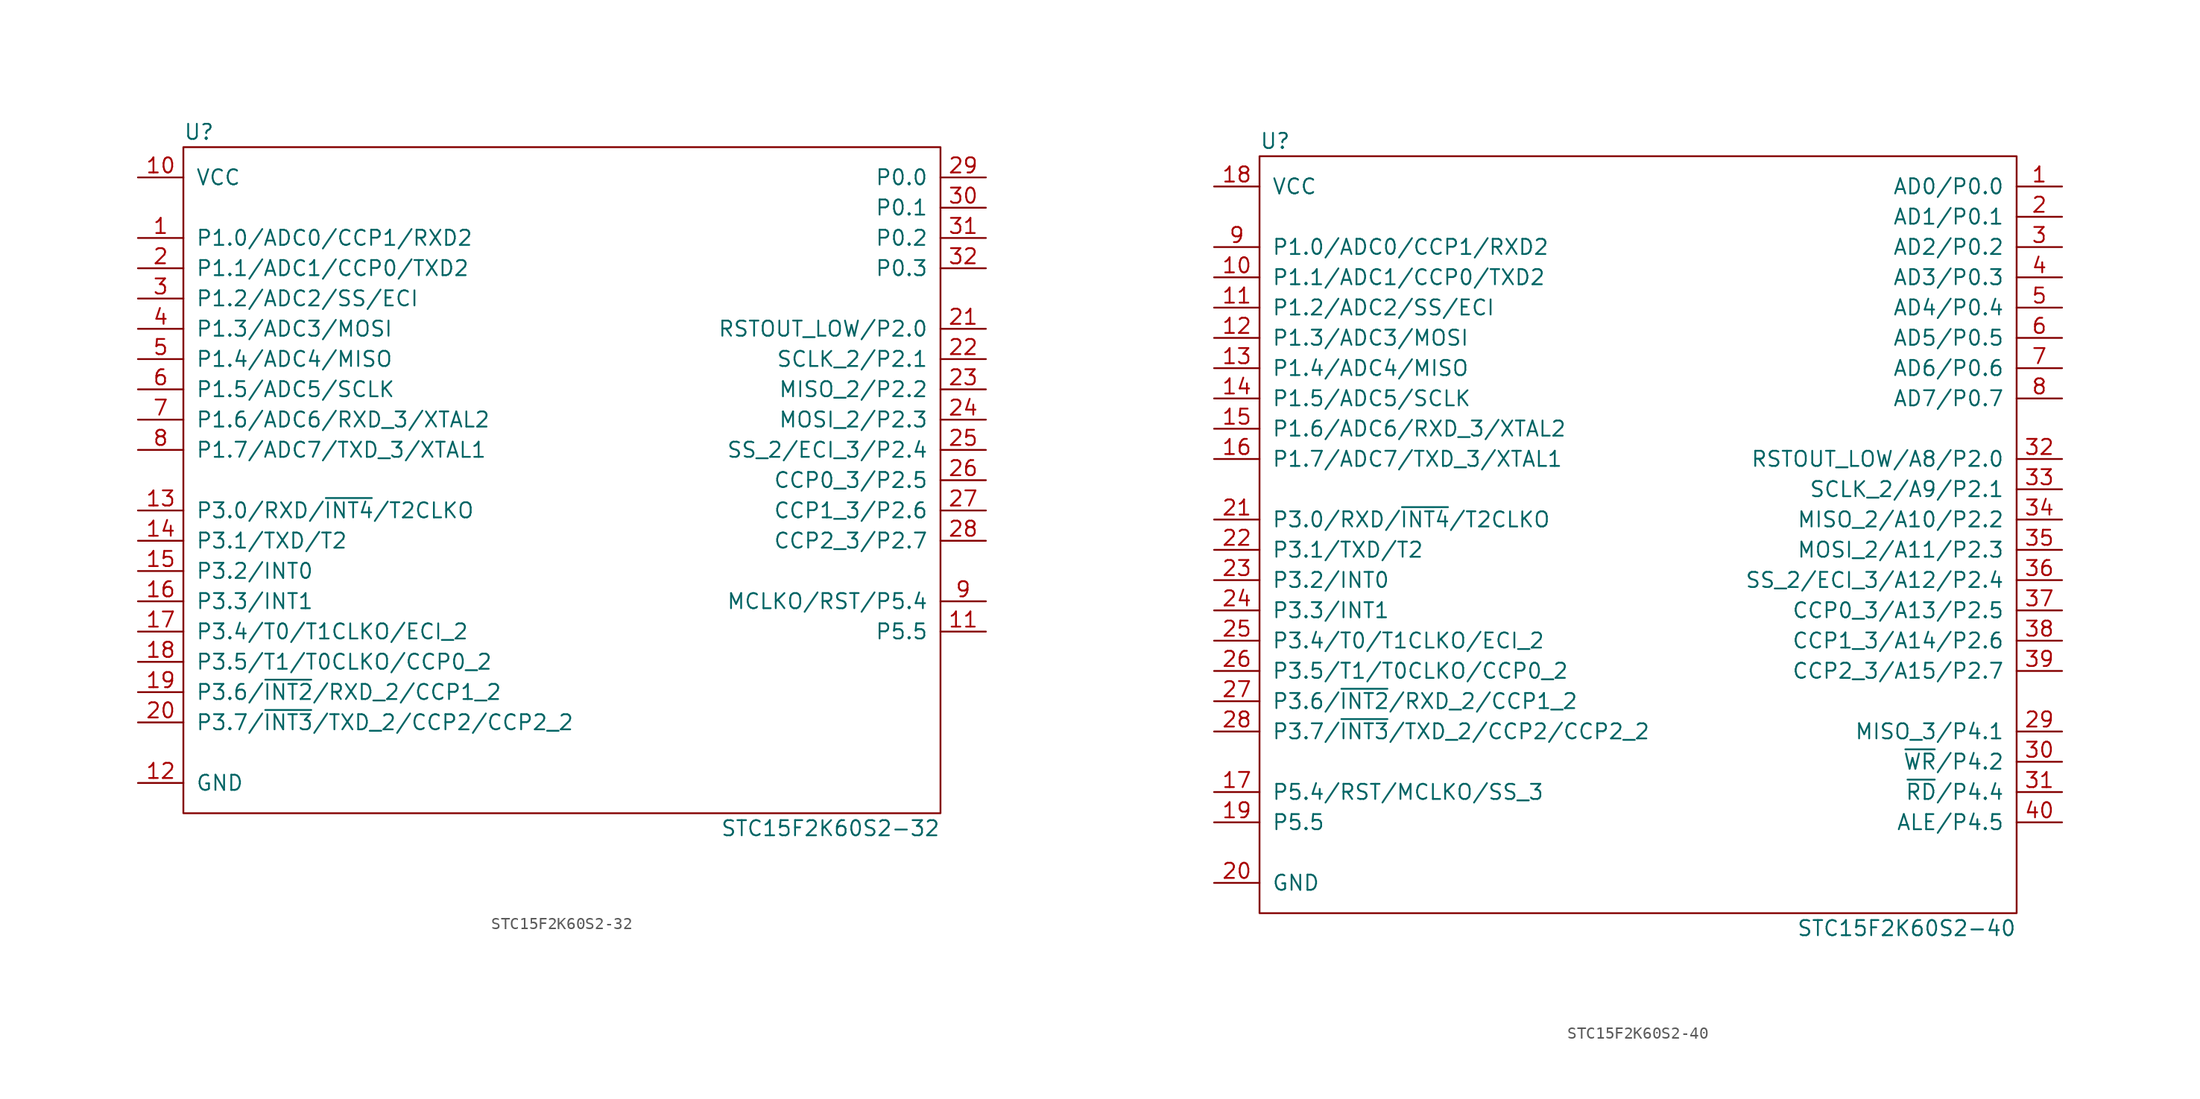
<source format=kicad_sym>
(kicad_symbol_lib
  (version 20211014)
  (generator kicad_symbol_editor)
  (symbol "STC15F2K60S2-32"
    (pin_names
      (offset 1.016))
    (property "Reference" "U"
      (at -31.75 29.21 0)
      (effects (font (size 1.27 1.27)) (justify left)))
    (property "Value" "STC15F2K60S2-32"
      (at 31.75 -29.21 0)
      (effects (font (size 1.27 1.27)) (justify right)))
    (symbol "STC15F2K60S2-32_0_1"
      (rectangle (start -31.75 27.94) (end 31.75 -27.94) (stroke (width 0.152) (type default) (color 0 0 0 0)) (fill (type none))))
    (symbol "STC15F2K60S2-32_1_1"
      (pin tri_state line (at -35.56 20.32 0) (length 3.81) (name "P1.0/ADC0/CCP1/RXD2" (effects (font (size 1.27 1.27)))) (number "1" (effects (font (size 1.27 1.27)))))
      (pin power_in line (at -35.56 25.4 0) (length 3.81) (name "VCC" (effects (font (size 1.27 1.27)))) (number "10" (effects (font (size 1.27 1.27)))))
      (pin tri_state line (at 35.56 -12.7 180) (length 3.81) (name "P5.5" (effects (font (size 1.27 1.27)))) (number "11" (effects (font (size 1.27 1.27)))))
      (pin power_in line (at -35.56 -25.4 0) (length 3.81) (name "GND" (effects (font (size 1.27 1.27)))) (number "12" (effects (font (size 1.27 1.27)))))
      (pin tri_state line (at -35.56 -2.54 0) (length 3.81) (name "P3.0/RXD/~{INT4}/T2CLKO" (effects (font (size 1.27 1.27)))) (number "13" (effects (font (size 1.27 1.27)))))
      (pin tri_state line (at -35.56 -5.08 0) (length 3.81) (name "P3.1/TXD/T2" (effects (font (size 1.27 1.27)))) (number "14" (effects (font (size 1.27 1.27)))))
      (pin tri_state line (at -35.56 -7.62 0) (length 3.81) (name "P3.2/INT0" (effects (font (size 1.27 1.27)))) (number "15" (effects (font (size 1.27 1.27)))))
      (pin tri_state line (at -35.56 -10.16 0) (length 3.81) (name "P3.3/INT1" (effects (font (size 1.27 1.27)))) (number "16" (effects (font (size 1.27 1.27)))))
      (pin tri_state line (at -35.56 -12.7 0) (length 3.81) (name "P3.4/T0/T1CLKO/ECI_2" (effects (font (size 1.27 1.27)))) (number "17" (effects (font (size 1.27 1.27)))))
      (pin tri_state line (at -35.56 -15.24 0) (length 3.81) (name "P3.5/T1/T0CLKO/CCP0_2" (effects (font (size 1.27 1.27)))) (number "18" (effects (font (size 1.27 1.27)))))
      (pin tri_state line (at -35.56 -17.78 0) (length 3.81) (name "P3.6/~{INT2}/RXD_2/CCP1_2" (effects (font (size 1.27 1.27)))) (number "19" (effects (font (size 1.27 1.27)))))
      (pin tri_state line (at -35.56 17.78 0) (length 3.81) (name "P1.1/ADC1/CCP0/TXD2" (effects (font (size 1.27 1.27)))) (number "2" (effects (font (size 1.27 1.27)))))
      (pin tri_state line (at -35.56 -20.32 0) (length 3.81) (name "P3.7/~{INT3}/TXD_2/CCP2/CCP2_2" (effects (font (size 1.27 1.27)))) (number "20" (effects (font (size 1.27 1.27)))))
      (pin tri_state line (at 35.56 12.7 180) (length 3.81) (name "RSTOUT_LOW/P2.0" (effects (font (size 1.27 1.27)))) (number "21" (effects (font (size 1.27 1.27)))))
      (pin tri_state line (at 35.56 10.16 180) (length 3.81) (name "SCLK_2/P2.1" (effects (font (size 1.27 1.27)))) (number "22" (effects (font (size 1.27 1.27)))))
      (pin tri_state line (at 35.56 7.62 180) (length 3.81) (name "MISO_2/P2.2" (effects (font (size 1.27 1.27)))) (number "23" (effects (font (size 1.27 1.27)))))
      (pin tri_state line (at 35.56 5.08 180) (length 3.81) (name "MOSI_2/P2.3" (effects (font (size 1.27 1.27)))) (number "24" (effects (font (size 1.27 1.27)))))
      (pin tri_state line (at 35.56 2.54 180) (length 3.81) (name "SS_2/ECI_3/P2.4" (effects (font (size 1.27 1.27)))) (number "25" (effects (font (size 1.27 1.27)))))
      (pin tri_state line (at 35.56 0 180) (length 3.81) (name "CCP0_3/P2.5" (effects (font (size 1.27 1.27)))) (number "26" (effects (font (size 1.27 1.27)))))
      (pin tri_state line (at 35.56 -2.54 180) (length 3.81) (name "CCP1_3/P2.6" (effects (font (size 1.27 1.27)))) (number "27" (effects (font (size 1.27 1.27)))))
      (pin tri_state line (at 35.56 -5.08 180) (length 3.81) (name "CCP2_3/P2.7" (effects (font (size 1.27 1.27)))) (number "28" (effects (font (size 1.27 1.27)))))
      (pin tri_state line (at 35.56 25.4 180) (length 3.81) (name "P0.0" (effects (font (size 1.27 1.27)))) (number "29" (effects (font (size 1.27 1.27)))))
      (pin tri_state line (at -35.56 15.24 0) (length 3.81) (name "P1.2/ADC2/SS/ECI" (effects (font (size 1.27 1.27)))) (number "3" (effects (font (size 1.27 1.27)))))
      (pin tri_state line (at 35.56 22.86 180) (length 3.81) (name "P0.1" (effects (font (size 1.27 1.27)))) (number "30" (effects (font (size 1.27 1.27)))))
      (pin tri_state line (at 35.56 20.32 180) (length 3.81) (name "P0.2" (effects (font (size 1.27 1.27)))) (number "31" (effects (font (size 1.27 1.27)))))
      (pin tri_state line (at 35.56 17.78 180) (length 3.81) (name "P0.3" (effects (font (size 1.27 1.27)))) (number "32" (effects (font (size 1.27 1.27)))))
      (pin tri_state line (at -35.56 12.7 0) (length 3.81) (name "P1.3/ADC3/MOSI" (effects (font (size 1.27 1.27)))) (number "4" (effects (font (size 1.27 1.27)))))
      (pin tri_state line (at -35.56 10.16 0) (length 3.81) (name "P1.4/ADC4/MISO" (effects (font (size 1.27 1.27)))) (number "5" (effects (font (size 1.27 1.27)))))
      (pin tri_state line (at -35.56 7.62 0) (length 3.81) (name "P1.5/ADC5/SCLK" (effects (font (size 1.27 1.27)))) (number "6" (effects (font (size 1.27 1.27)))))
      (pin tri_state line (at -35.56 5.08 0) (length 3.81) (name "P1.6/ADC6/RXD_3/XTAL2" (effects (font (size 1.27 1.27)))) (number "7" (effects (font (size 1.27 1.27)))))
      (pin tri_state line (at -35.56 2.54 0) (length 3.81) (name "P1.7/ADC7/TXD_3/XTAL1" (effects (font (size 1.27 1.27)))) (number "8" (effects (font (size 1.27 1.27)))))
      (pin tri_state line (at 35.56 -10.16 180) (length 3.81) (name "MCLKO/RST/P5.4" (effects (font (size 1.27 1.27)))) (number "9" (effects (font (size 1.27 1.27)))))))
  (symbol "STC15F2K60S2-40"
    (pin_names
      (offset 1.016))
    (property "Reference" "U"
      (at -31.75 31.75 0)
      (effects (font (size 1.27 1.27)) (justify left)))
    (property "Value" "STC15F2K60S2-40"
      (at 31.75 -34.29 0)
      (effects (font (size 1.27 1.27)) (justify right)))
    (symbol "STC15F2K60S2-40_0_1"
      (rectangle (start -31.75 30.48) (end 31.75 -33.02) (stroke (width 0.152) (type default) (color 0 0 0 0)) (fill (type none))))
    (symbol "STC15F2K60S2-40_1_1"
      (pin tri_state line (at 35.56 27.94 180) (length 3.81) (name "AD0/P0.0" (effects (font (size 1.27 1.27)))) (number "1" (effects (font (size 1.27 1.27)))))
      (pin tri_state line (at -35.56 20.32 0) (length 3.81) (name "P1.1/ADC1/CCP0/TXD2" (effects (font (size 1.27 1.27)))) (number "10" (effects (font (size 1.27 1.27)))))
      (pin tri_state line (at -35.56 17.78 0) (length 3.81) (name "P1.2/ADC2/SS/ECI" (effects (font (size 1.27 1.27)))) (number "11" (effects (font (size 1.27 1.27)))))
      (pin tri_state line (at -35.56 15.24 0) (length 3.81) (name "P1.3/ADC3/MOSI" (effects (font (size 1.27 1.27)))) (number "12" (effects (font (size 1.27 1.27)))))
      (pin tri_state line (at -35.56 12.7 0) (length 3.81) (name "P1.4/ADC4/MISO" (effects (font (size 1.27 1.27)))) (number "13" (effects (font (size 1.27 1.27)))))
      (pin tri_state line (at -35.56 10.16 0) (length 3.81) (name "P1.5/ADC5/SCLK" (effects (font (size 1.27 1.27)))) (number "14" (effects (font (size 1.27 1.27)))))
      (pin tri_state line (at -35.56 7.62 0) (length 3.81) (name "P1.6/ADC6/RXD_3/XTAL2" (effects (font (size 1.27 1.27)))) (number "15" (effects (font (size 1.27 1.27)))))
      (pin tri_state line (at -35.56 5.08 0) (length 3.81) (name "P1.7/ADC7/TXD_3/XTAL1" (effects (font (size 1.27 1.27)))) (number "16" (effects (font (size 1.27 1.27)))))
      (pin tri_state line (at -35.56 -22.86 0) (length 3.81) (name "P5.4/RST/MCLKO/SS_3" (effects (font (size 1.27 1.27)))) (number "17" (effects (font (size 1.27 1.27)))))
      (pin power_in line (at -35.56 27.94 0) (length 3.81) (name "VCC" (effects (font (size 1.27 1.27)))) (number "18" (effects (font (size 1.27 1.27)))))
      (pin tri_state line (at -35.56 -25.4 0) (length 3.81) (name "P5.5" (effects (font (size 1.27 1.27)))) (number "19" (effects (font (size 1.27 1.27)))))
      (pin tri_state line (at 35.56 25.4 180) (length 3.81) (name "AD1/P0.1" (effects (font (size 1.27 1.27)))) (number "2" (effects (font (size 1.27 1.27)))))
      (pin power_in line (at -35.56 -30.48 0) (length 3.81) (name "GND" (effects (font (size 1.27 1.27)))) (number "20" (effects (font (size 1.27 1.27)))))
      (pin tri_state line (at -35.56 0 0) (length 3.81) (name "P3.0/RXD/~{INT4}/T2CLKO" (effects (font (size 1.27 1.27)))) (number "21" (effects (font (size 1.27 1.27)))))
      (pin tri_state line (at -35.56 -2.54 0) (length 3.81) (name "P3.1/TXD/T2" (effects (font (size 1.27 1.27)))) (number "22" (effects (font (size 1.27 1.27)))))
      (pin tri_state line (at -35.56 -5.08 0) (length 3.81) (name "P3.2/INT0" (effects (font (size 1.27 1.27)))) (number "23" (effects (font (size 1.27 1.27)))))
      (pin tri_state line (at -35.56 -7.62 0) (length 3.81) (name "P3.3/INT1" (effects (font (size 1.27 1.27)))) (number "24" (effects (font (size 1.27 1.27)))))
      (pin tri_state line (at -35.56 -10.16 0) (length 3.81) (name "P3.4/T0/T1CLKO/ECI_2" (effects (font (size 1.27 1.27)))) (number "25" (effects (font (size 1.27 1.27)))))
      (pin tri_state line (at -35.56 -12.7 0) (length 3.81) (name "P3.5/T1/T0CLKO/CCP0_2" (effects (font (size 1.27 1.27)))) (number "26" (effects (font (size 1.27 1.27)))))
      (pin tri_state line (at -35.56 -15.24 0) (length 3.81) (name "P3.6/~{INT2}/RXD_2/CCP1_2" (effects (font (size 1.27 1.27)))) (number "27" (effects (font (size 1.27 1.27)))))
      (pin tri_state line (at -35.56 -17.78 0) (length 3.81) (name "P3.7/~{INT3}/TXD_2/CCP2/CCP2_2" (effects (font (size 1.27 1.27)))) (number "28" (effects (font (size 1.27 1.27)))))
      (pin tri_state line (at 35.56 -17.78 180) (length 3.81) (name "MISO_3/P4.1" (effects (font (size 1.27 1.27)))) (number "29" (effects (font (size 1.27 1.27)))))
      (pin tri_state line (at 35.56 22.86 180) (length 3.81) (name "AD2/P0.2" (effects (font (size 1.27 1.27)))) (number "3" (effects (font (size 1.27 1.27)))))
      (pin tri_state line (at 35.56 -20.32 180) (length 3.81) (name "~{WR}/P4.2" (effects (font (size 1.27 1.27)))) (number "30" (effects (font (size 1.27 1.27)))))
      (pin tri_state line (at 35.56 -22.86 180) (length 3.81) (name "~{RD}/P4.4" (effects (font (size 1.27 1.27)))) (number "31" (effects (font (size 1.27 1.27)))))
      (pin tri_state line (at 35.56 5.08 180) (length 3.81) (name "RSTOUT_LOW/A8/P2.0" (effects (font (size 1.27 1.27)))) (number "32" (effects (font (size 1.27 1.27)))))
      (pin tri_state line (at 35.56 2.54 180) (length 3.81) (name "SCLK_2/A9/P2.1" (effects (font (size 1.27 1.27)))) (number "33" (effects (font (size 1.27 1.27)))))
      (pin tri_state line (at 35.56 0 180) (length 3.81) (name "MISO_2/A10/P2.2" (effects (font (size 1.27 1.27)))) (number "34" (effects (font (size 1.27 1.27)))))
      (pin tri_state line (at 35.56 -2.54 180) (length 3.81) (name "MOSI_2/A11/P2.3" (effects (font (size 1.27 1.27)))) (number "35" (effects (font (size 1.27 1.27)))))
      (pin tri_state line (at 35.56 -5.08 180) (length 3.81) (name "SS_2/ECI_3/A12/P2.4" (effects (font (size 1.27 1.27)))) (number "36" (effects (font (size 1.27 1.27)))))
      (pin tri_state line (at 35.56 -7.62 180) (length 3.81) (name "CCP0_3/A13/P2.5" (effects (font (size 1.27 1.27)))) (number "37" (effects (font (size 1.27 1.27)))))
      (pin tri_state line (at 35.56 -10.16 180) (length 3.81) (name "CCP1_3/A14/P2.6" (effects (font (size 1.27 1.27)))) (number "38" (effects (font (size 1.27 1.27)))))
      (pin tri_state line (at 35.56 -12.7 180) (length 3.81) (name "CCP2_3/A15/P2.7" (effects (font (size 1.27 1.27)))) (number "39" (effects (font (size 1.27 1.27)))))
      (pin tri_state line (at 35.56 20.32 180) (length 3.81) (name "AD3/P0.3" (effects (font (size 1.27 1.27)))) (number "4" (effects (font (size 1.27 1.27)))))
      (pin tri_state line (at 35.56 -25.4 180) (length 3.81) (name "ALE/P4.5" (effects (font (size 1.27 1.27)))) (number "40" (effects (font (size 1.27 1.27)))))
      (pin tri_state line (at 35.56 17.78 180) (length 3.81) (name "AD4/P0.4" (effects (font (size 1.27 1.27)))) (number "5" (effects (font (size 1.27 1.27)))))
      (pin tri_state line (at 35.56 15.24 180) (length 3.81) (name "AD5/P0.5" (effects (font (size 1.27 1.27)))) (number "6" (effects (font (size 1.27 1.27)))))
      (pin tri_state line (at 35.56 12.7 180) (length 3.81) (name "AD6/P0.6" (effects (font (size 1.27 1.27)))) (number "7" (effects (font (size 1.27 1.27)))))
      (pin tri_state line (at 35.56 10.16 180) (length 3.81) (name "AD7/P0.7" (effects (font (size 1.27 1.27)))) (number "8" (effects (font (size 1.27 1.27)))))
      (pin tri_state line (at -35.56 22.86 0) (length 3.81) (name "P1.0/ADC0/CCP1/RXD2" (effects (font (size 1.27 1.27)))) (number "9" (effects (font (size 1.27 1.27))))))))
</source>
